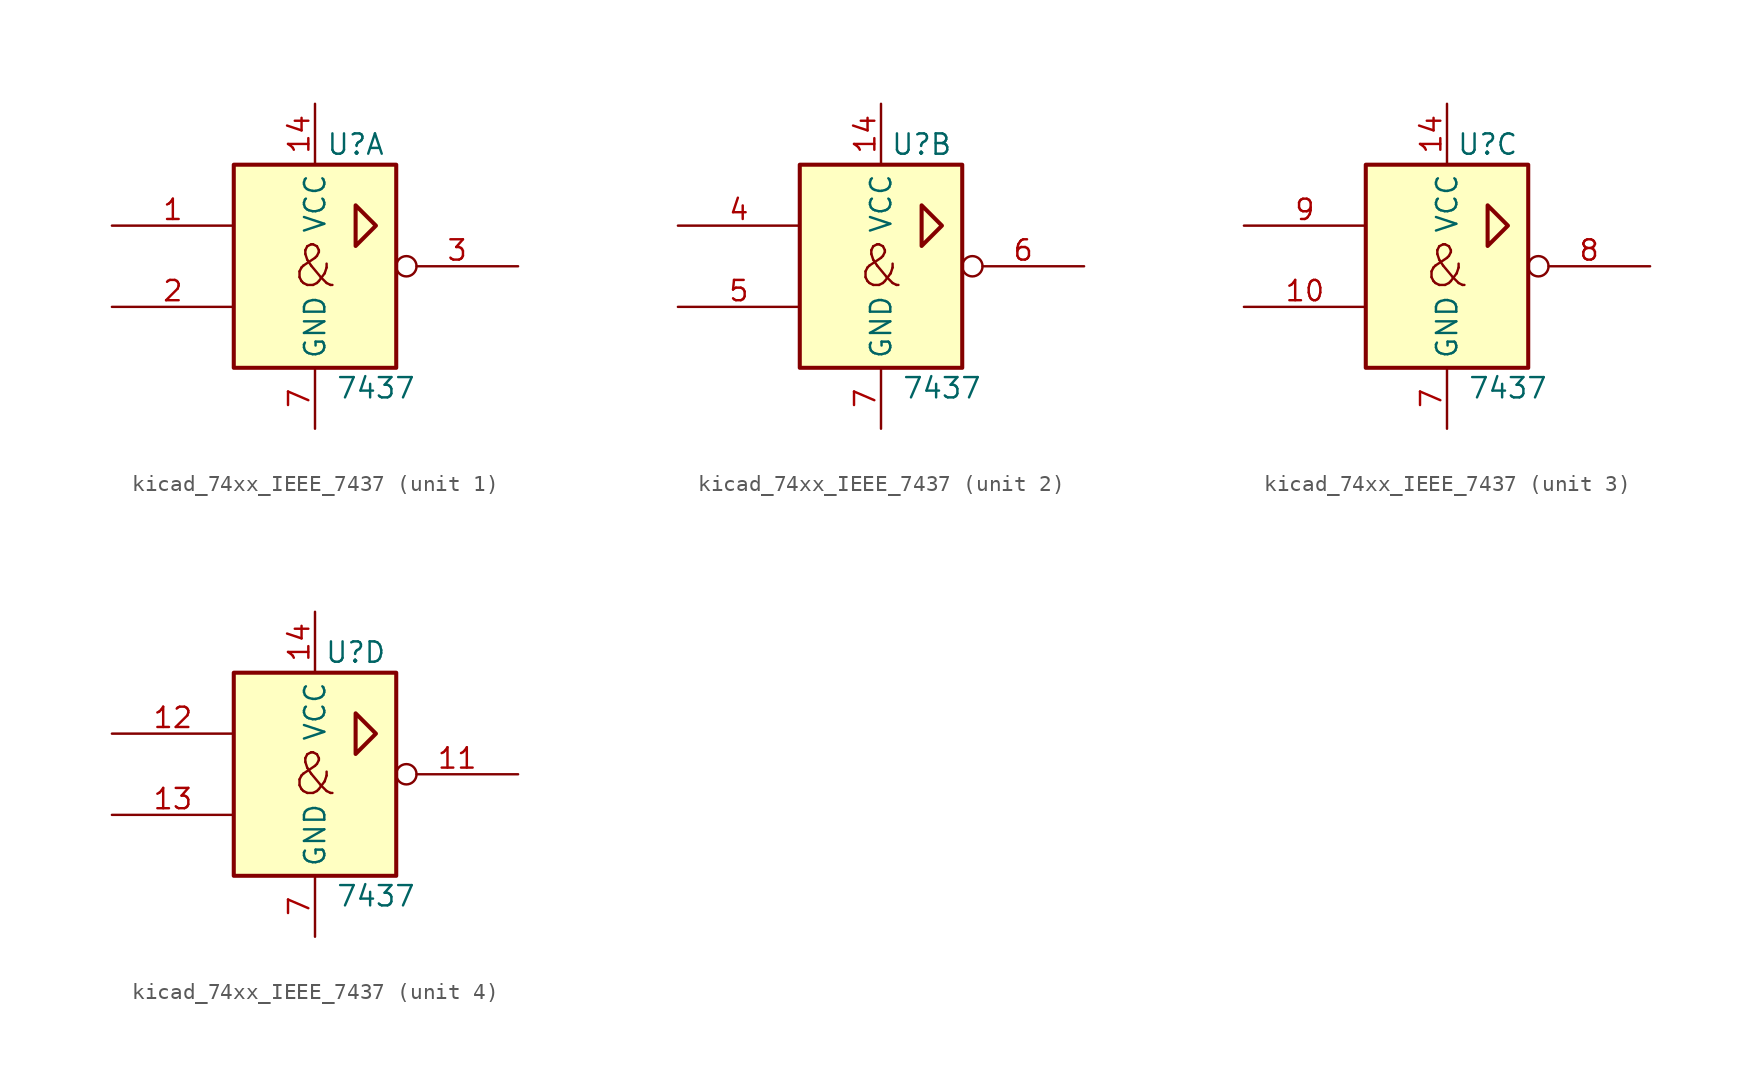
<source format=kicad_sym>
(kicad_symbol_lib
  (version 20220914)
  (generator kicad_symbol_editor)
  (symbol "kicad_74xx_IEEE_7437"
    (property "Reference" "U"
      (at 2.54 7.62 0)
      (effects (font (size 1.27 1.27))))
    (property "Value" "7437"
      (at 3.81 -7.62 0)
      (effects (font (size 1.27 1.27))))
    (symbol "kicad_74xx_IEEE_7437_0_0"
      (polyline (pts (xy 2.54 3.81) (xy 2.54 1.27) (xy 3.81 2.54) (xy 2.54 3.81) (xy 2.54 3.81)) (stroke (width 0.254) (type default)) (fill (type background)))
      (text "&" (at 0 0 0) (effects (font (size 2.54 2.54))))
      (pin power_in line (at 0 -10.16 90) (length 3.81) (name "GND" (effects (font (size 1.27 1.27)))) (number "7" (effects (font (size 1.27 1.27))))))
    (symbol "kicad_74xx_IEEE_7437_0_1"
      (rectangle (start -5.08 6.35) (end 5.08 -6.35) (stroke (width 0.254) (type default)) (fill (type background)))
      (pin power_in line (at 0 10.16 270) (length 3.81) (name "VCC" (effects (font (size 1.27 1.27)))) (number "14" (effects (font (size 1.27 1.27))))))
    (symbol "kicad_74xx_IEEE_7437_1_1"
      (pin input line (at -12.7 2.54 0) (length 7.62) (name "~" (effects (font (size 1.27 1.27)))) (number "1" (effects (font (size 1.27 1.27)))))
      (pin input line (at -12.7 -2.54 0) (length 7.62) (name "~" (effects (font (size 1.27 1.27)))) (number "2" (effects (font (size 1.27 1.27)))))
      (pin output inverted (at 12.7 0 180) (length 7.62) (name "~" (effects (font (size 1.27 1.27)))) (number "3" (effects (font (size 1.27 1.27))))))
    (symbol "kicad_74xx_IEEE_7437_2_1"
      (pin input line (at -12.7 2.54 0) (length 7.62) (name "~" (effects (font (size 1.27 1.27)))) (number "4" (effects (font (size 1.27 1.27)))))
      (pin input line (at -12.7 -2.54 0) (length 7.62) (name "~" (effects (font (size 1.27 1.27)))) (number "5" (effects (font (size 1.27 1.27)))))
      (pin output inverted (at 12.7 0 180) (length 7.62) (name "~" (effects (font (size 1.27 1.27)))) (number "6" (effects (font (size 1.27 1.27))))))
    (symbol "kicad_74xx_IEEE_7437_3_1"
      (pin input line (at -12.7 -2.54 0) (length 7.62) (name "~" (effects (font (size 1.27 1.27)))) (number "10" (effects (font (size 1.27 1.27)))))
      (pin output inverted (at 12.7 0 180) (length 7.62) (name "~" (effects (font (size 1.27 1.27)))) (number "8" (effects (font (size 1.27 1.27)))))
      (pin input line (at -12.7 2.54 0) (length 7.62) (name "~" (effects (font (size 1.27 1.27)))) (number "9" (effects (font (size 1.27 1.27))))))
    (symbol "kicad_74xx_IEEE_7437_4_1"
      (pin output inverted (at 12.7 0 180) (length 7.62) (name "~" (effects (font (size 1.27 1.27)))) (number "11" (effects (font (size 1.27 1.27)))))
      (pin input line (at -12.7 2.54 0) (length 7.62) (name "~" (effects (font (size 1.27 1.27)))) (number "12" (effects (font (size 1.27 1.27)))))
      (pin input line (at -12.7 -2.54 0) (length 7.62) (name "~" (effects (font (size 1.27 1.27)))) (number "13" (effects (font (size 1.27 1.27))))))))
</source>
